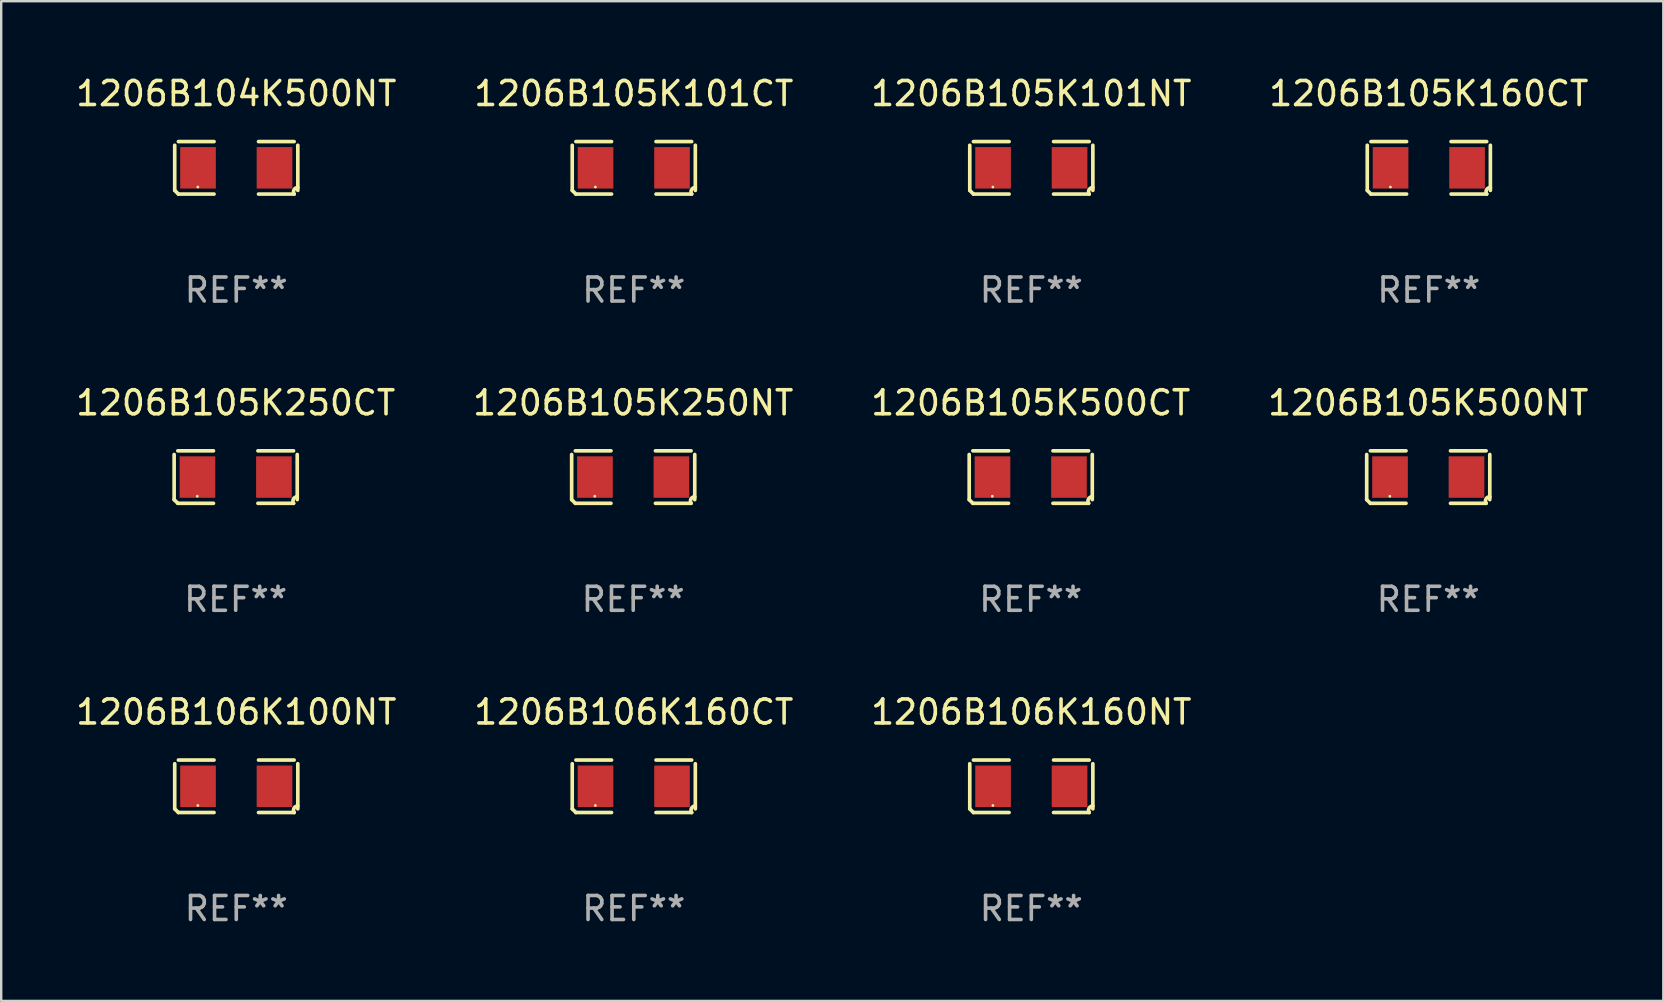
<source format=kicad_pcb>
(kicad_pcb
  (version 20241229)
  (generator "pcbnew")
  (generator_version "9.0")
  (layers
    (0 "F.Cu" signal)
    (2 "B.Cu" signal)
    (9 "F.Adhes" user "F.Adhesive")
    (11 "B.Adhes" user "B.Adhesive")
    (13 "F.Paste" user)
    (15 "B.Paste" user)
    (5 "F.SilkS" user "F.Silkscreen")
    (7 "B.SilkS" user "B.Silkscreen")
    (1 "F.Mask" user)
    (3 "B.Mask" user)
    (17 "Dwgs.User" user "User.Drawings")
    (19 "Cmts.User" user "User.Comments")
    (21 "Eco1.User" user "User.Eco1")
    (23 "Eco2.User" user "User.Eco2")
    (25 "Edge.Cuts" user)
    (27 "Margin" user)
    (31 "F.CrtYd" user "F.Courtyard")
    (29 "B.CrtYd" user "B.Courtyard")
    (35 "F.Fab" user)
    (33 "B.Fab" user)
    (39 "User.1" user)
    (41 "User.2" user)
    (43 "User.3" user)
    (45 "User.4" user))
  (footprint "1206B106K160NT"
    (layer "F.Cu")
    (at 39.911 29.704)
    (property "Reference" "1206B106K160NT" (at 0 -3.093 0) (layer "F.SilkS") (effects (font (size 1 1) (thickness 0.15))))
    (attr through_hole)
    (fp_line (start -2.564 0.94) (end -2.564 -0.94) (stroke (width 0.152) (type solid)) (layer "F.SilkS"))
    (fp_line (start -2.411 -1.093) (end -0.926 -1.093) (stroke (width 0.152) (type solid)) (layer "F.SilkS"))
    (fp_line (start -0.926 1.093) (end -2.411 1.093) (stroke (width 0.152) (type solid)) (layer "F.SilkS"))
    (fp_line (start 0.926 1.093) (end 2.411 1.093) (stroke (width 0.152) (type solid)) (layer "F.SilkS"))
    (fp_line (start 2.411 -1.093) (end 0.926 -1.093) (stroke (width 0.152) (type solid)) (layer "F.SilkS"))
    (fp_line (start 2.564 0.94) (end 2.564 -0.94) (stroke (width 0.152) (type solid)) (layer "F.SilkS"))
    (fp_arc (start -2.411201 1.092609) (mid -2.487413 1.01642) (end -2.563602 0.940208) (stroke (width 0.1524) (type solid)) (layer "F.SilkS"))
    (fp_arc (start 2.411201 1.092609) (mid 2.407159 0.911226) (end 2.563602 0.819347) (stroke (width 0.1524) (type solid)) (layer "F.SilkS"))
    (fp_circle (center -1.6 0.8) (end -1.57 0.8) (stroke (width 0.06) (type solid)) (fill no) (layer "F.SilkS"))
    (fp_text user "REF**" (at 0 5.093 0) (layer "F.Fab") (effects (font (size 1 1) (thickness 0.15))))
    (pad "1" smd rect (at -1.593 0) (size 1.485 1.728) (layers "F.Cu" "F.Mask" "F.Paste"))
    (pad "2" smd rect (at 1.593 0) (size 1.485 1.728) (layers "F.Cu" "F.Mask" "F.Paste")))
  (footprint "1206B105K500NT"
    (layer "F.Cu")
    (at 56.446 16.823)
    (property "Reference" "1206B105K500NT" (at 0 -3.093 0) (layer "F.SilkS") (effects (font (size 1 1) (thickness 0.15))))
    (attr through_hole)
    (fp_line (start -2.564 0.94) (end -2.564 -0.94) (stroke (width 0.152) (type solid)) (layer "F.SilkS"))
    (fp_line (start -2.411 -1.093) (end -0.926 -1.093) (stroke (width 0.152) (type solid)) (layer "F.SilkS"))
    (fp_line (start -0.926 1.093) (end -2.411 1.093) (stroke (width 0.152) (type solid)) (layer "F.SilkS"))
    (fp_line (start 0.926 1.093) (end 2.411 1.093) (stroke (width 0.152) (type solid)) (layer "F.SilkS"))
    (fp_line (start 2.411 -1.093) (end 0.926 -1.093) (stroke (width 0.152) (type solid)) (layer "F.SilkS"))
    (fp_line (start 2.564 0.94) (end 2.564 -0.94) (stroke (width 0.152) (type solid)) (layer "F.SilkS"))
    (fp_arc (start -2.411201 1.092609) (mid -2.487413 1.01642) (end -2.563602 0.940208) (stroke (width 0.1524) (type solid)) (layer "F.SilkS"))
    (fp_arc (start 2.411201 1.092609) (mid 2.407159 0.911226) (end 2.563602 0.819347) (stroke (width 0.1524) (type solid)) (layer "F.SilkS"))
    (fp_circle (center -1.6 0.8) (end -1.57 0.8) (stroke (width 0.06) (type solid)) (fill no) (layer "F.SilkS"))
    (fp_text user "REF**" (at 0 5.093 0) (layer "F.Fab") (effects (font (size 1 1) (thickness 0.15))))
    (pad "1" smd rect (at -1.593 0) (size 1.485 1.728) (layers "F.Cu" "F.Mask" "F.Paste"))
    (pad "2" smd rect (at 1.593 0) (size 1.485 1.728) (layers "F.Cu" "F.Mask" "F.Paste")))
  (footprint "1206B106K160CT"
    (layer "F.Cu")
    (at 23.351 29.704)
    (property "Reference" "1206B106K160CT" (at 0 -3.093 0) (layer "F.SilkS") (effects (font (size 1 1) (thickness 0.15))))
    (attr through_hole)
    (fp_line (start -2.564 0.94) (end -2.564 -0.94) (stroke (width 0.152) (type solid)) (layer "F.SilkS"))
    (fp_line (start -2.411 -1.093) (end -0.926 -1.093) (stroke (width 0.152) (type solid)) (layer "F.SilkS"))
    (fp_line (start -0.926 1.093) (end -2.411 1.093) (stroke (width 0.152) (type solid)) (layer "F.SilkS"))
    (fp_line (start 0.926 1.093) (end 2.411 1.093) (stroke (width 0.152) (type solid)) (layer "F.SilkS"))
    (fp_line (start 2.411 -1.093) (end 0.926 -1.093) (stroke (width 0.152) (type solid)) (layer "F.SilkS"))
    (fp_line (start 2.564 0.94) (end 2.564 -0.94) (stroke (width 0.152) (type solid)) (layer "F.SilkS"))
    (fp_arc (start -2.411201 1.092609) (mid -2.487413 1.01642) (end -2.563602 0.940208) (stroke (width 0.1524) (type solid)) (layer "F.SilkS"))
    (fp_arc (start 2.411201 1.092609) (mid 2.407159 0.911226) (end 2.563602 0.819347) (stroke (width 0.1524) (type solid)) (layer "F.SilkS"))
    (fp_circle (center -1.6 0.8) (end -1.57 0.8) (stroke (width 0.06) (type solid)) (fill no) (layer "F.SilkS"))
    (fp_text user "REF**" (at 0 5.093 0) (layer "F.Fab") (effects (font (size 1 1) (thickness 0.15))))
    (pad "1" smd rect (at -1.593 0) (size 1.485 1.728) (layers "F.Cu" "F.Mask" "F.Paste"))
    (pad "2" smd rect (at 1.593 0) (size 1.485 1.728) (layers "F.Cu" "F.Mask" "F.Paste")))
  (footprint "1206B105K101CT"
    (layer "F.Cu")
    (at 23.351 3.941)
    (property "Reference" "1206B105K101CT" (at 0 -3.093 0) (layer "F.SilkS") (effects (font (size 1 1) (thickness 0.15))))
    (attr through_hole)
    (fp_line (start -2.564 0.94) (end -2.564 -0.94) (stroke (width 0.152) (type solid)) (layer "F.SilkS"))
    (fp_line (start -2.411 -1.093) (end -0.926 -1.093) (stroke (width 0.152) (type solid)) (layer "F.SilkS"))
    (fp_line (start -0.926 1.093) (end -2.411 1.093) (stroke (width 0.152) (type solid)) (layer "F.SilkS"))
    (fp_line (start 0.926 1.093) (end 2.411 1.093) (stroke (width 0.152) (type solid)) (layer "F.SilkS"))
    (fp_line (start 2.411 -1.093) (end 0.926 -1.093) (stroke (width 0.152) (type solid)) (layer "F.SilkS"))
    (fp_line (start 2.564 0.94) (end 2.564 -0.94) (stroke (width 0.152) (type solid)) (layer "F.SilkS"))
    (fp_arc (start -2.411201 1.092609) (mid -2.487413 1.01642) (end -2.563602 0.940208) (stroke (width 0.1524) (type solid)) (layer "F.SilkS"))
    (fp_arc (start 2.411201 1.092609) (mid 2.407159 0.911226) (end 2.563602 0.819347) (stroke (width 0.1524) (type solid)) (layer "F.SilkS"))
    (fp_circle (center -1.6 0.8) (end -1.57 0.8) (stroke (width 0.06) (type solid)) (fill no) (layer "F.SilkS"))
    (fp_text user "REF**" (at 0 5.093 0) (layer "F.Fab") (effects (font (size 1 1) (thickness 0.15))))
    (pad "1" smd rect (at -1.593 0) (size 1.485 1.728) (layers "F.Cu" "F.Mask" "F.Paste"))
    (pad "2" smd rect (at 1.593 0) (size 1.485 1.728) (layers "F.Cu" "F.Mask" "F.Paste")))
  (footprint "1206B105K500CT"
    (layer "F.Cu")
    (at 39.887 16.823)
    (property "Reference" "1206B105K500CT" (at 0 -3.093 0) (layer "F.SilkS") (effects (font (size 1 1) (thickness 0.15))))
    (attr through_hole)
    (fp_line (start -2.564 0.94) (end -2.564 -0.94) (stroke (width 0.152) (type solid)) (layer "F.SilkS"))
    (fp_line (start -2.411 -1.093) (end -0.926 -1.093) (stroke (width 0.152) (type solid)) (layer "F.SilkS"))
    (fp_line (start -0.926 1.093) (end -2.411 1.093) (stroke (width 0.152) (type solid)) (layer "F.SilkS"))
    (fp_line (start 0.926 1.093) (end 2.411 1.093) (stroke (width 0.152) (type solid)) (layer "F.SilkS"))
    (fp_line (start 2.411 -1.093) (end 0.926 -1.093) (stroke (width 0.152) (type solid)) (layer "F.SilkS"))
    (fp_line (start 2.564 0.94) (end 2.564 -0.94) (stroke (width 0.152) (type solid)) (layer "F.SilkS"))
    (fp_arc (start -2.411201 1.092609) (mid -2.487413 1.01642) (end -2.563602 0.940208) (stroke (width 0.1524) (type solid)) (layer "F.SilkS"))
    (fp_arc (start 2.411201 1.092609) (mid 2.407159 0.911226) (end 2.563602 0.819347) (stroke (width 0.1524) (type solid)) (layer "F.SilkS"))
    (fp_circle (center -1.6 0.8) (end -1.57 0.8) (stroke (width 0.06) (type solid)) (fill no) (layer "F.SilkS"))
    (fp_text user "REF**" (at 0 5.093 0) (layer "F.Fab") (effects (font (size 1 1) (thickness 0.15))))
    (pad "1" smd rect (at -1.593 0) (size 1.485 1.728) (layers "F.Cu" "F.Mask" "F.Paste"))
    (pad "2" smd rect (at 1.593 0) (size 1.485 1.728) (layers "F.Cu" "F.Mask" "F.Paste")))
  (footprint "1206B105K250CT"
    (layer "F.Cu")
    (at 6.768 16.823)
    (property "Reference" "1206B105K250CT" (at 0 -3.093 0) (layer "F.SilkS") (effects (font (size 1 1) (thickness 0.15))))
    (attr through_hole)
    (fp_line (start -2.564 0.94) (end -2.564 -0.94) (stroke (width 0.152) (type solid)) (layer "F.SilkS"))
    (fp_line (start -2.411 -1.093) (end -0.926 -1.093) (stroke (width 0.152) (type solid)) (layer "F.SilkS"))
    (fp_line (start -0.926 1.093) (end -2.411 1.093) (stroke (width 0.152) (type solid)) (layer "F.SilkS"))
    (fp_line (start 0.926 1.093) (end 2.411 1.093) (stroke (width 0.152) (type solid)) (layer "F.SilkS"))
    (fp_line (start 2.411 -1.093) (end 0.926 -1.093) (stroke (width 0.152) (type solid)) (layer "F.SilkS"))
    (fp_line (start 2.564 0.94) (end 2.564 -0.94) (stroke (width 0.152) (type solid)) (layer "F.SilkS"))
    (fp_arc (start -2.411201 1.092609) (mid -2.487413 1.01642) (end -2.563602 0.940208) (stroke (width 0.1524) (type solid)) (layer "F.SilkS"))
    (fp_arc (start 2.411201 1.092609) (mid 2.407159 0.911226) (end 2.563602 0.819347) (stroke (width 0.1524) (type solid)) (layer "F.SilkS"))
    (fp_circle (center -1.6 0.8) (end -1.57 0.8) (stroke (width 0.06) (type solid)) (fill no) (layer "F.SilkS"))
    (fp_text user "REF**" (at 0 5.093 0) (layer "F.Fab") (effects (font (size 1 1) (thickness 0.15))))
    (pad "1" smd rect (at -1.593 0) (size 1.485 1.728) (layers "F.Cu" "F.Mask" "F.Paste"))
    (pad "2" smd rect (at 1.593 0) (size 1.485 1.728) (layers "F.Cu" "F.Mask" "F.Paste")))
  (footprint "1206B105K250NT"
    (layer "F.Cu")
    (at 23.327 16.823)
    (property "Reference" "1206B105K250NT" (at 0 -3.093 0) (layer "F.SilkS") (effects (font (size 1 1) (thickness 0.15))))
    (attr through_hole)
    (fp_line (start -2.564 0.94) (end -2.564 -0.94) (stroke (width 0.152) (type solid)) (layer "F.SilkS"))
    (fp_line (start -2.411 -1.093) (end -0.926 -1.093) (stroke (width 0.152) (type solid)) (layer "F.SilkS"))
    (fp_line (start -0.926 1.093) (end -2.411 1.093) (stroke (width 0.152) (type solid)) (layer "F.SilkS"))
    (fp_line (start 0.926 1.093) (end 2.411 1.093) (stroke (width 0.152) (type solid)) (layer "F.SilkS"))
    (fp_line (start 2.411 -1.093) (end 0.926 -1.093) (stroke (width 0.152) (type solid)) (layer "F.SilkS"))
    (fp_line (start 2.564 0.94) (end 2.564 -0.94) (stroke (width 0.152) (type solid)) (layer "F.SilkS"))
    (fp_arc (start -2.411201 1.092609) (mid -2.487413 1.01642) (end -2.563602 0.940208) (stroke (width 0.1524) (type solid)) (layer "F.SilkS"))
    (fp_arc (start 2.411201 1.092609) (mid 2.407159 0.911226) (end 2.563602 0.819347) (stroke (width 0.1524) (type solid)) (layer "F.SilkS"))
    (fp_circle (center -1.6 0.8) (end -1.57 0.8) (stroke (width 0.06) (type solid)) (fill no) (layer "F.SilkS"))
    (fp_text user "REF**" (at 0 5.093 0) (layer "F.Fab") (effects (font (size 1 1) (thickness 0.15))))
    (pad "1" smd rect (at -1.593 0) (size 1.485 1.728) (layers "F.Cu" "F.Mask" "F.Paste"))
    (pad "2" smd rect (at 1.593 0) (size 1.485 1.728) (layers "F.Cu" "F.Mask" "F.Paste")))
  (footprint "1206B106K100NT"
    (layer "F.Cu")
    (at 6.792 29.704)
    (property "Reference" "1206B106K100NT" (at 0 -3.093 0) (layer "F.SilkS") (effects (font (size 1 1) (thickness 0.15))))
    (attr through_hole)
    (fp_line (start -2.564 0.94) (end -2.564 -0.94) (stroke (width 0.152) (type solid)) (layer "F.SilkS"))
    (fp_line (start -2.411 -1.093) (end -0.926 -1.093) (stroke (width 0.152) (type solid)) (layer "F.SilkS"))
    (fp_line (start -0.926 1.093) (end -2.411 1.093) (stroke (width 0.152) (type solid)) (layer "F.SilkS"))
    (fp_line (start 0.926 1.093) (end 2.411 1.093) (stroke (width 0.152) (type solid)) (layer "F.SilkS"))
    (fp_line (start 2.411 -1.093) (end 0.926 -1.093) (stroke (width 0.152) (type solid)) (layer "F.SilkS"))
    (fp_line (start 2.564 0.94) (end 2.564 -0.94) (stroke (width 0.152) (type solid)) (layer "F.SilkS"))
    (fp_arc (start -2.411201 1.092609) (mid -2.487413 1.01642) (end -2.563602 0.940208) (stroke (width 0.1524) (type solid)) (layer "F.SilkS"))
    (fp_arc (start 2.411201 1.092609) (mid 2.407159 0.911226) (end 2.563602 0.819347) (stroke (width 0.1524) (type solid)) (layer "F.SilkS"))
    (fp_circle (center -1.6 0.8) (end -1.57 0.8) (stroke (width 0.06) (type solid)) (fill no) (layer "F.SilkS"))
    (fp_text user "REF**" (at 0 5.093 0) (layer "F.Fab") (effects (font (size 1 1) (thickness 0.15))))
    (pad "1" smd rect (at -1.593 0) (size 1.485 1.728) (layers "F.Cu" "F.Mask" "F.Paste"))
    (pad "2" smd rect (at 1.593 0) (size 1.485 1.728) (layers "F.Cu" "F.Mask" "F.Paste")))
  (footprint "1206B104K500NT"
    (layer "F.Cu")
    (at 6.792 3.941)
    (property "Reference" "1206B104K500NT" (at 0 -3.093 0) (layer "F.SilkS") (effects (font (size 1 1) (thickness 0.15))))
    (attr through_hole)
    (fp_line (start -2.564 0.94) (end -2.564 -0.94) (stroke (width 0.152) (type solid)) (layer "F.SilkS"))
    (fp_line (start -2.411 -1.093) (end -0.926 -1.093) (stroke (width 0.152) (type solid)) (layer "F.SilkS"))
    (fp_line (start -0.926 1.093) (end -2.411 1.093) (stroke (width 0.152) (type solid)) (layer "F.SilkS"))
    (fp_line (start 0.926 1.093) (end 2.411 1.093) (stroke (width 0.152) (type solid)) (layer "F.SilkS"))
    (fp_line (start 2.411 -1.093) (end 0.926 -1.093) (stroke (width 0.152) (type solid)) (layer "F.SilkS"))
    (fp_line (start 2.564 0.94) (end 2.564 -0.94) (stroke (width 0.152) (type solid)) (layer "F.SilkS"))
    (fp_arc (start -2.411201 1.092609) (mid -2.487413 1.01642) (end -2.563602 0.940208) (stroke (width 0.1524) (type solid)) (layer "F.SilkS"))
    (fp_arc (start 2.411201 1.092609) (mid 2.407159 0.911226) (end 2.563602 0.819347) (stroke (width 0.1524) (type solid)) (layer "F.SilkS"))
    (fp_circle (center -1.6 0.8) (end -1.57 0.8) (stroke (width 0.06) (type solid)) (fill no) (layer "F.SilkS"))
    (fp_text user "REF**" (at 0 5.093 0) (layer "F.Fab") (effects (font (size 1 1) (thickness 0.15))))
    (pad "1" smd rect (at -1.593 0) (size 1.485 1.728) (layers "F.Cu" "F.Mask" "F.Paste"))
    (pad "2" smd rect (at 1.593 0) (size 1.485 1.728) (layers "F.Cu" "F.Mask" "F.Paste")))
  (footprint "1206B105K160CT"
    (layer "F.Cu")
    (at 56.47 3.941)
    (property "Reference" "1206B105K160CT" (at 0 -3.093 0) (layer "F.SilkS") (effects (font (size 1 1) (thickness 0.15))))
    (attr through_hole)
    (fp_line (start -2.564 0.94) (end -2.564 -0.94) (stroke (width 0.152) (type solid)) (layer "F.SilkS"))
    (fp_line (start -2.411 -1.093) (end -0.926 -1.093) (stroke (width 0.152) (type solid)) (layer "F.SilkS"))
    (fp_line (start -0.926 1.093) (end -2.411 1.093) (stroke (width 0.152) (type solid)) (layer "F.SilkS"))
    (fp_line (start 0.926 1.093) (end 2.411 1.093) (stroke (width 0.152) (type solid)) (layer "F.SilkS"))
    (fp_line (start 2.411 -1.093) (end 0.926 -1.093) (stroke (width 0.152) (type solid)) (layer "F.SilkS"))
    (fp_line (start 2.564 0.94) (end 2.564 -0.94) (stroke (width 0.152) (type solid)) (layer "F.SilkS"))
    (fp_arc (start -2.411201 1.092609) (mid -2.487413 1.01642) (end -2.563602 0.940208) (stroke (width 0.1524) (type solid)) (layer "F.SilkS"))
    (fp_arc (start 2.411201 1.092609) (mid 2.407159 0.911226) (end 2.563602 0.819347) (stroke (width 0.1524) (type solid)) (layer "F.SilkS"))
    (fp_circle (center -1.6 0.8) (end -1.57 0.8) (stroke (width 0.06) (type solid)) (fill no) (layer "F.SilkS"))
    (fp_text user "REF**" (at 0 5.093 0) (layer "F.Fab") (effects (font (size 1 1) (thickness 0.15))))
    (pad "1" smd rect (at -1.593 0) (size 1.485 1.728) (layers "F.Cu" "F.Mask" "F.Paste"))
    (pad "2" smd rect (at 1.593 0) (size 1.485 1.728) (layers "F.Cu" "F.Mask" "F.Paste")))
  (footprint "1206B105K101NT"
    (layer "F.Cu")
    (at 39.911 3.941)
    (property "Reference" "1206B105K101NT" (at 0 -3.093 0) (layer "F.SilkS") (effects (font (size 1 1) (thickness 0.15))))
    (attr through_hole)
    (fp_line (start -2.564 0.94) (end -2.564 -0.94) (stroke (width 0.152) (type solid)) (layer "F.SilkS"))
    (fp_line (start -2.411 -1.093) (end -0.926 -1.093) (stroke (width 0.152) (type solid)) (layer "F.SilkS"))
    (fp_line (start -0.926 1.093) (end -2.411 1.093) (stroke (width 0.152) (type solid)) (layer "F.SilkS"))
    (fp_line (start 0.926 1.093) (end 2.411 1.093) (stroke (width 0.152) (type solid)) (layer "F.SilkS"))
    (fp_line (start 2.411 -1.093) (end 0.926 -1.093) (stroke (width 0.152) (type solid)) (layer "F.SilkS"))
    (fp_line (start 2.564 0.94) (end 2.564 -0.94) (stroke (width 0.152) (type solid)) (layer "F.SilkS"))
    (fp_arc (start -2.411201 1.092609) (mid -2.487413 1.01642) (end -2.563602 0.940208) (stroke (width 0.1524) (type solid)) (layer "F.SilkS"))
    (fp_arc (start 2.411201 1.092609) (mid 2.407159 0.911226) (end 2.563602 0.819347) (stroke (width 0.1524) (type solid)) (layer "F.SilkS"))
    (fp_circle (center -1.6 0.8) (end -1.57 0.8) (stroke (width 0.06) (type solid)) (fill no) (layer "F.SilkS"))
    (fp_text user "REF**" (at 0 5.093 0) (layer "F.Fab") (effects (font (size 1 1) (thickness 0.15))))
    (pad "1" smd rect (at -1.593 0) (size 1.485 1.728) (layers "F.Cu" "F.Mask" "F.Paste"))
    (pad "2" smd rect (at 1.593 0) (size 1.485 1.728) (layers "F.Cu" "F.Mask" "F.Paste")))
  (gr_rect
    (start -3 -3)
    (end 66.238 38.645)
    (stroke (width 0.1) (type default))
    (fill no)
    (layer "Edge.Cuts")))
</source>
